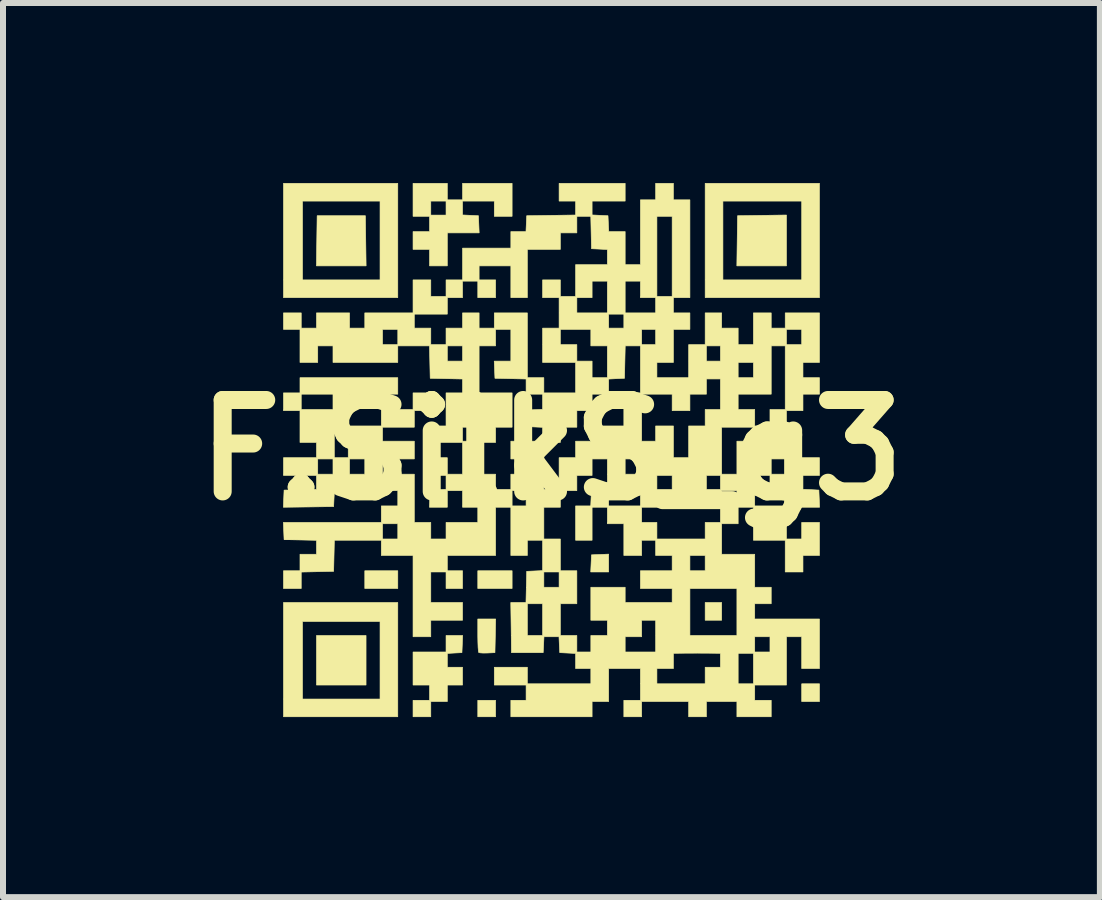
<source format=kicad_pcb>
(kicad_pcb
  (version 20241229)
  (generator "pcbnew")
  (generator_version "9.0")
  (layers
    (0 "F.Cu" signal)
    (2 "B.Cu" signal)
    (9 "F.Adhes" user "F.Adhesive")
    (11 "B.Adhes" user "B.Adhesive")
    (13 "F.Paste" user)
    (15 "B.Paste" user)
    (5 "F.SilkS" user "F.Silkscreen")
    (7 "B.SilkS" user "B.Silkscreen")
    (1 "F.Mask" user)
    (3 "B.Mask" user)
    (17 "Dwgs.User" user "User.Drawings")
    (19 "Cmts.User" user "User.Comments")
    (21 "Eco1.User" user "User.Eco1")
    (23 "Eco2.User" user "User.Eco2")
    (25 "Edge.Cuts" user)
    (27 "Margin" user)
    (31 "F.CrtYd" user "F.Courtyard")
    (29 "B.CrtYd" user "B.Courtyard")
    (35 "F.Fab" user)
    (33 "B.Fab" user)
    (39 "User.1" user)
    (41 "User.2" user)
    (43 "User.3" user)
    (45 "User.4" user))
  (footprint "F.SilkS_g3"
    (layer "F.Cu")
    (at 6.14 4.45)
    (property "Reference" "F.SilkS_g3" (at 0 0 0) (layer "F.SilkS") (effects (font (size 1.524 1.524) (thickness 0.3))))
    (attr through_hole)
    (fp_poly (pts (xy -3.09 3.916) (xy -3.916 3.916) (xy -3.916 3.09) (xy -3.09 3.09) (xy -3.09 3.916)) (stroke (width 0.01) (type solid)) (fill yes) (layer "F.SilkS"))
    (fp_poly (pts (xy -2.561 2.307) (xy -3.111 2.307) (xy -3.111 2.011) (xy -2.561 2.011) (xy -2.561 2.307)) (stroke (width 0.01) (type solid)) (fill yes) (layer "F.SilkS"))
    (fp_poly (pts (xy -0.931 4.445) (xy -1.228 4.445) (xy -1.228 4.17) (xy -0.931 4.17) (xy -0.931 4.445)) (stroke (width 0.01) (type solid)) (fill yes) (layer "F.SilkS"))
    (fp_poly (pts (xy -0.656 2.307) (xy -1.228 2.307) (xy -1.228 2.011) (xy -0.656 2.011) (xy -0.656 2.307)) (stroke (width 0.01) (type solid)) (fill yes) (layer "F.SilkS"))
    (fp_poly (pts (xy 0.953 2.032) (xy 0.654 2.032) (xy 0.667 1.746) (xy 0.953 1.734) (xy 0.953 2.032)) (stroke (width 0.01) (type solid)) (fill yes) (layer "F.SilkS"))
    (fp_poly (pts (xy 2.836 2.836) (xy 2.561 2.836) (xy 2.561 2.54) (xy 2.836 2.54) (xy 2.836 2.836)) (stroke (width 0.01) (type solid)) (fill yes) (layer "F.SilkS"))
    (fp_poly (pts (xy 4.466 4.191) (xy 4.17 4.191) (xy 4.17 3.895) (xy 4.466 3.895) (xy 4.466 4.191)) (stroke (width 0.01) (type solid)) (fill yes) (layer "F.SilkS"))
    (fp_poly (pts (xy 3.916 -3.069) (xy 3.089 -3.069) (xy 3.095 -3.487) (xy 3.101 -3.905) (xy 3.916 -3.917) (xy 3.916 -3.069)) (stroke (width 0.01) (type solid)) (fill yes) (layer "F.SilkS"))
    (fp_poly (pts (xy -3.095 -3.487) (xy -3.089 -3.069) (xy -3.917 -3.069) (xy -3.911 -3.487) (xy -3.905 -3.905) (xy -3.101 -3.905) (xy -3.095 -3.487)) (stroke (width 0.01) (type solid)) (fill yes) (layer "F.SilkS"))
    (fp_poly (pts (xy -2.561 -2.54) (xy -4.466 -2.54) (xy -4.466 -4.149) (xy -4.149 -4.149) (xy -4.149 -2.836) (xy -2.857 -2.836) (xy -2.857 -4.149) (xy -4.149 -4.149) (xy -4.466 -4.149) (xy -4.466 -4.445) (xy -2.561 -4.445) (xy -2.561 -2.54)) (stroke (width 0.01) (type solid)) (fill yes) (layer "F.SilkS"))
    (fp_poly (pts (xy -2.561 4.445) (xy -4.466 4.445) (xy -4.466 2.857) (xy -4.149 2.857) (xy -4.149 4.149) (xy -2.857 4.149) (xy -2.857 2.857) (xy -4.149 2.857) (xy -4.466 2.857) (xy -4.466 2.54) (xy -2.561 2.54) (xy -2.561 4.445)) (stroke (width 0.01) (type solid)) (fill yes) (layer "F.SilkS"))
    (fp_poly (pts (xy 4.466 -2.54) (xy 2.561 -2.54) (xy 2.561 -4.149) (xy 2.857 -4.149) (xy 2.857 -2.836) (xy 4.17 -2.836) (xy 4.17 -4.149) (xy 2.857 -4.149) (xy 2.561 -4.149) (xy 2.561 -4.445) (xy 4.466 -4.445) (xy 4.466 -2.54)) (stroke (width 0.01) (type solid)) (fill yes) (layer "F.SilkS"))
    (fp_poly (pts (xy -0.942 3.376) (xy -1.07 3.382) (xy -1.14 3.383) (xy -1.192 3.379) (xy -1.213 3.373) (xy -1.218 3.348) (xy -1.223 3.288) (xy -1.226 3.203) (xy -1.228 3.102) (xy -1.228 3.087) (xy -1.228 2.815) (xy -0.93 2.815) (xy -0.942 3.376)) (stroke (width 0.01) (type solid)) (fill yes) (layer "F.SilkS"))
    (fp_poly (pts (xy -1.486 3.233) (xy -1.492 3.376) (xy -1.614 3.382) (xy -1.736 3.389) (xy -1.736 3.619) (xy -1.482 3.619) (xy -1.482 3.916) (xy -1.736 3.916) (xy -1.736 4.191) (xy -2.011 4.191) (xy -2.011 4.445) (xy -2.307 4.445) (xy -2.307 4.17) (xy -2.032 4.17) (xy -2.032 3.916) (xy -2.307 3.916) (xy -2.307 3.365) (xy -1.757 3.365) (xy -1.757 3.09) (xy -1.48 3.09) (xy -1.486 3.233)) (stroke (width 0.01) (type solid)) (fill yes) (layer "F.SilkS"))
    (fp_poly (pts (xy -1.736 -4.17) (xy -1.482 -4.17) (xy -1.482 -4.445) (xy -0.656 -4.445) (xy -0.656 -3.895) (xy -0.953 -3.895) (xy -0.953 -4.149) (xy -1.482 -4.149) (xy -1.482 -3.918) (xy -1.217 -3.905) (xy -1.211 -3.762) (xy -1.205 -3.619) (xy -1.736 -3.619) (xy -1.736 -3.069) (xy -2.032 -3.069) (xy -2.032 -3.344) (xy -2.307 -3.344) (xy -2.307 -3.641) (xy -2.032 -3.641) (xy -2.032 -3.895) (xy -2.307 -3.895) (xy -2.307 -4.149) (xy -2.011 -4.149) (xy -2.011 -3.916) (xy -1.757 -3.916) (xy -1.757 -4.149) (xy -2.011 -4.149) (xy -2.307 -4.149) (xy -2.307 -4.445) (xy -1.736 -4.445) (xy -1.736 -4.17)) (stroke (width 0.01) (type solid)) (fill yes) (layer "F.SilkS"))
    (fp_poly (pts (xy 1.228 -4.149) (xy 0.677 -4.149) (xy 0.677 -3.918) (xy 0.942 -3.905) (xy 0.948 -3.773) (xy 0.955 -3.641) (xy 1.228 -3.641) (xy 1.228 -3.09) (xy 1.482 -3.09) (xy 1.482 -3.895) (xy 1.757 -3.895) (xy 1.757 -2.561) (xy 2.011 -2.561) (xy 2.011 -3.895) (xy 1.757 -3.895) (xy 1.482 -3.895) (xy 1.482 -4.17) (xy 1.736 -4.17) (xy 1.736 -4.445) (xy 2.032 -4.445) (xy 2.032 -4.17) (xy 2.307 -4.17) (xy 2.307 -2.54) (xy 2.032 -2.54) (xy 2.032 -2.286) (xy 2.307 -2.286) (xy 2.307 -2.011) (xy 2.032 -2.011) (xy 2.032 -1.46) (xy 1.757 -1.46) (xy 1.757 -1.206) (xy 2.286 -1.206) (xy 2.286 -1.46) (xy 3.111 -1.46) (xy 3.111 -1.206) (xy 3.365 -1.206) (xy 3.365 -1.46) (xy 3.111 -1.46) (xy 2.286 -1.46) (xy 2.286 -1.736) (xy 2.582 -1.736) (xy 2.582 -1.482) (xy 2.815 -1.482) (xy 2.815 -1.736) (xy 2.582 -1.736) (xy 2.286 -1.736) (xy 2.286 -1.757) (xy 2.561 -1.757) (xy 2.561 -2.286) (xy 2.836 -2.286) (xy 2.836 -2.032) (xy 3.111 -2.032) (xy 3.111 -1.757) (xy 3.365 -1.757) (xy 3.365 -2.011) (xy 3.916 -2.011) (xy 3.916 -1.757) (xy 4.17 -1.757) (xy 4.17 -2.011) (xy 3.916 -2.011) (xy 3.365 -2.011) (xy 3.365 -2.286) (xy 3.662 -2.286) (xy 3.662 -2.032) (xy 3.895 -2.032) (xy 3.895 -2.286) (xy 4.466 -2.286) (xy 4.466 -1.46) (xy 4.191 -1.46) (xy 4.191 -1.206) (xy 4.466 -1.206) (xy 4.466 -0.931) (xy 4.191 -0.931) (xy 4.191 -0.656) (xy 3.916 -0.656) (xy 3.916 0.127) (xy 4.466 0.127) (xy 4.466 0.423) (xy 4.191 0.423) (xy 4.191 0.654) (xy 4.323 0.66) (xy 4.456 0.667) (xy 4.468 0.953) (xy 3.916 0.953) (xy 3.916 1.482) (xy 4.17 1.482) (xy 4.17 1.206) (xy 4.466 1.206) (xy 4.466 1.757) (xy 4.191 1.757) (xy 4.191 2.032) (xy 3.895 2.032) (xy 3.895 1.503) (xy 3.365 1.503) (xy 3.365 0.953) (xy 3.111 0.953) (xy 3.111 1.228) (xy 2.836 1.228) (xy 2.836 1.736) (xy 3.387 1.736) (xy 3.387 2.286) (xy 3.662 2.286) (xy 3.662 2.561) (xy 3.387 2.561) (xy 3.387 2.815) (xy 4.466 2.815) (xy 4.466 3.641) (xy 4.17 3.641) (xy 4.17 3.111) (xy 3.916 3.111) (xy 3.916 3.916) (xy 3.387 3.916) (xy 3.387 4.17) (xy 3.662 4.17) (xy 3.662 4.445) (xy 3.09 4.445) (xy 3.09 4.191) (xy 2.582 4.191) (xy 2.582 4.445) (xy 2.286 4.445) (xy 2.286 4.191) (xy 1.503 4.191) (xy 1.503 4.445) (xy 1.206 4.445) (xy 1.206 4.17) (xy 1.482 4.17) (xy 1.482 3.641) (xy 1.757 3.641) (xy 1.757 3.895) (xy 2.561 3.895) (xy 2.561 3.619) (xy 2.815 3.619) (xy 2.815 3.387) (xy 3.111 3.387) (xy 3.111 3.895) (xy 3.365 3.895) (xy 3.365 3.387) (xy 3.111 3.387) (xy 2.815 3.387) (xy 2.699 3.386) (xy 2.613 3.385) (xy 2.511 3.385) (xy 2.434 3.384) (xy 2.334 3.385) (xy 2.227 3.385) (xy 2.159 3.386) (xy 2.032 3.387) (xy 2.032 3.641) (xy 1.757 3.641) (xy 1.482 3.641) (xy 0.953 3.641) (xy 0.953 4.191) (xy 0.677 4.191) (xy 0.677 4.445) (xy -0.677 4.445) (xy -0.677 4.17) (xy -0.423 4.17) (xy -0.423 3.916) (xy -0.953 3.916) (xy -0.953 3.619) (xy -0.402 3.619) (xy -0.402 3.895) (xy 0.656 3.895) (xy 0.656 3.641) (xy 0.402 3.641) (xy 0.402 3.389) (xy 0.138 3.376) (xy 0.131 3.244) (xy 0.125 3.111) (xy -0.125 3.111) (xy -0.131 3.244) (xy -0.138 3.376) (xy -0.667 3.376) (xy -0.672 2.958) (xy -0.678 2.561) (xy -0.402 2.561) (xy -0.402 3.09) (xy -0.148 3.09) (xy -0.148 2.561) (xy -0.402 2.561) (xy -0.678 2.561) (xy -0.678 2.54) (xy -0.425 2.54) (xy -0.419 2.281) (xy -0.413 2.032) (xy -0.127 2.032) (xy -0.127 2.286) (xy 0.127 2.286) (xy 0.127 2.032) (xy -0.127 2.032) (xy -0.413 2.032) (xy -0.413 2.021) (xy -0.28 2.015) (xy -0.148 2.009) (xy -0.148 1.503) (xy -0.402 1.503) (xy -0.402 1.757) (xy -0.677 1.757) (xy -0.677 0.953) (xy -0.127 0.953) (xy -0.127 1.482) (xy 0.148 1.482) (xy 0.148 2.011) (xy 0.423 2.011) (xy 0.423 2.561) (xy 0.148 2.561) (xy 0.148 3.09) (xy 0.423 3.09) (xy 0.423 3.365) (xy 0.656 3.365) (xy 0.656 3.111) (xy 1.228 3.111) (xy 1.228 3.365) (xy 1.736 3.365) (xy 1.736 3.111) (xy 3.387 3.111) (xy 3.387 3.365) (xy 3.641 3.365) (xy 3.641 3.111) (xy 3.387 3.111) (xy 1.736 3.111) (xy 1.736 2.836) (xy 1.503 2.836) (xy 1.503 3.111) (xy 1.228 3.111) (xy 0.656 3.111) (xy 0.656 3.09) (xy 0.931 3.09) (xy 0.931 2.836) (xy 0.656 2.836) (xy 0.656 2.286) (xy 1.228 2.286) (xy 1.228 2.54) (xy 2.011 2.54) (xy 2.011 2.307) (xy 2.307 2.307) (xy 2.307 3.09) (xy 3.09 3.09) (xy 3.09 2.307) (xy 2.307 2.307) (xy 2.011 2.307) (xy 1.482 2.307) (xy 1.482 2.011) (xy 2.011 2.011) (xy 2.011 1.757) (xy 2.307 1.757) (xy 2.307 2.011) (xy 2.561 2.011) (xy 2.561 1.757) (xy 2.307 1.757) (xy 2.011 1.757) (xy 1.736 1.757) (xy 1.736 1.503) (xy 1.503 1.503) (xy 1.503 1.757) (xy 1.206 1.757) (xy 1.206 1.228) (xy 0.931 1.228) (xy 0.931 0.953) (xy 1.503 0.953) (xy 1.503 1.206) (xy 1.757 1.206) (xy 1.757 1.482) (xy 2.561 1.482) (xy 2.561 1.206) (xy 2.815 1.206) (xy 2.815 0.953) (xy 1.503 0.953) (xy 0.931 0.953) (xy 0.677 0.953) (xy 0.677 1.503) (xy 0.402 1.503) (xy 0.402 0.931) (xy 0.654 0.931) (xy 0.66 0.799) (xy 0.666 0.677) (xy 0.953 0.677) (xy 0.953 0.931) (xy 1.482 0.931) (xy 1.482 0.677) (xy 2.836 0.677) (xy 2.836 0.931) (xy 3.09 0.931) (xy 3.09 0.677) (xy 2.836 0.677) (xy 1.482 0.677) (xy 0.953 0.677) (xy 0.666 0.677) (xy 0.667 0.667) (xy 0.799 0.66) (xy 0.931 0.654) (xy 0.931 0.423) (xy 1.757 0.423) (xy 1.757 0.656) (xy 2.011 0.656) (xy 2.011 0.423) (xy 2.582 0.423) (xy 2.582 0.656) (xy 2.815 0.656) (xy 2.815 0.423) (xy 3.387 0.423) (xy 3.387 0.931) (xy 3.895 0.931) (xy 3.895 0.677) (xy 3.641 0.677) (xy 3.641 0.423) (xy 3.387 0.423) (xy 2.815 0.423) (xy 2.582 0.423) (xy 2.011 0.423) (xy 1.757 0.423) (xy 0.931 0.423) (xy 0.931 0.148) (xy 1.228 0.148) (xy 1.228 0.402) (xy 1.482 0.402) (xy 1.482 0.148) (xy 1.228 0.148) (xy 0.931 0.148) (xy 0.677 0.148) (xy 0.677 0.423) (xy 0.423 0.423) (xy 0.423 0.677) (xy 0.148 0.677) (xy 0.148 0.953) (xy -0.127 0.953) (xy -0.677 0.953) (xy -0.931 0.953) (xy -0.931 1.757) (xy -1.736 1.757) (xy -1.736 2.011) (xy -1.482 2.011) (xy -1.482 2.307) (xy -1.757 2.307) (xy -1.757 2.032) (xy -2.011 2.032) (xy -2.011 2.54) (xy -1.482 2.54) (xy -1.482 2.836) (xy -2.011 2.836) (xy -2.011 3.111) (xy -2.307 3.111) (xy -2.307 1.757) (xy -2.836 1.757) (xy -2.836 1.503) (xy -3.618 1.503) (xy -3.63 2.021) (xy -4.17 2.033) (xy -4.17 2.307) (xy -4.466 2.307) (xy -4.466 2.011) (xy -4.191 2.011) (xy -4.191 1.736) (xy -3.916 1.736) (xy -3.916 1.504) (xy -4.456 1.492) (xy -4.467 1.228) (xy -2.815 1.228) (xy -2.815 1.482) (xy -2.561 1.482) (xy -2.561 1.228) (xy -2.815 1.228) (xy -4.467 1.228) (xy -4.468 1.206) (xy -2.836 1.206) (xy -2.836 0.931) (xy -2.561 0.931) (xy -2.561 0.677) (xy -3.617 0.677) (xy -3.624 0.81) (xy -3.63 0.942) (xy -4.049 0.948) (xy -4.468 0.953) (xy -4.462 0.81) (xy -4.456 0.667) (xy -4.186 0.661) (xy -3.916 0.655) (xy -3.916 0.539) (xy -3.916 0.423) (xy -4.466 0.423) (xy -4.466 0.148) (xy -3.895 0.148) (xy -3.895 0.402) (xy -3.641 0.402) (xy -3.641 0.148) (xy -3.365 0.148) (xy -3.365 0.402) (xy -3.111 0.402) (xy -3.111 0.148) (xy -3.365 0.148) (xy -3.641 0.148) (xy -3.895 0.148) (xy -4.466 0.148) (xy -4.466 0.127) (xy -3.916 0.127) (xy -3.916 -0.127) (xy -4.191 -0.127) (xy -4.191 -0.656) (xy -4.466 -0.656) (xy -4.466 -0.931) (xy -4.17 -0.931) (xy -4.17 -0.677) (xy -3.641 -0.677) (xy -3.641 -0.931) (xy -4.17 -0.931) (xy -4.466 -0.931) (xy -4.466 -0.953) (xy -4.191 -0.953) (xy -4.191 -1.206) (xy -2.561 -1.206) (xy -2.561 -0.931) (xy -3.365 -0.931) (xy -3.365 -0.656) (xy -3.619 -0.656) (xy -3.619 0.127) (xy -3.387 0.127) (xy -3.387 -0.402) (xy -2.836 -0.402) (xy -2.836 -0.677) (xy -2.307 -0.677) (xy -2.307 -0.953) (xy -2.011 -0.953) (xy -2.011 -0.656) (xy -2.286 -0.656) (xy -2.286 -0.381) (xy -2.815 -0.381) (xy -2.815 -0.148) (xy -2.286 -0.148) (xy -2.286 0.148) (xy -2.815 0.148) (xy -2.815 0.402) (xy -2.286 0.402) (xy -2.286 1.206) (xy -2.011 1.206) (xy -2.011 1.482) (xy -1.757 1.482) (xy -1.757 1.206) (xy -1.228 1.206) (xy -1.228 0.953) (xy -1.482 0.953) (xy -1.482 0.677) (xy -0.656 0.677) (xy -0.656 0.931) (xy -0.423 0.931) (xy -0.423 0.677) (xy -0.656 0.677) (xy -1.482 0.677) (xy -1.736 0.677) (xy -1.736 0.953) (xy -2.034 0.953) (xy -2.028 0.81) (xy -2.021 0.667) (xy -1.757 0.654) (xy -1.757 0.423) (xy -2.032 0.423) (xy -2.032 0.127) (xy -1.736 0.127) (xy -1.736 0.402) (xy -1.482 0.402) (xy -1.482 -0.127) (xy -2.032 -0.127) (xy -2.032 -0.381) (xy -1.482 -0.381) (xy -1.482 -0.148) (xy -1.228 -0.148) (xy -1.228 -0.381) (xy -1.482 -0.381) (xy -2.032 -0.381) (xy -2.032 -0.402) (xy -1.757 -0.402) (xy -1.757 -0.953) (xy -1.482 -0.953) (xy -1.482 -1.184) (xy -2.021 -1.196) (xy -2.033 -1.736) (xy -1.736 -1.736) (xy -1.736 -1.482) (xy -1.482 -1.482) (xy -1.482 -1.736) (xy -1.206 -1.736) (xy -1.206 -0.953) (xy -0.656 -0.953) (xy -0.656 -0.381) (xy -0.931 -0.381) (xy -0.931 -0.127) (xy -1.206 -0.127) (xy -1.206 0.402) (xy -0.931 0.402) (xy -0.931 0.656) (xy -0.677 0.656) (xy -0.677 0.402) (xy -0.423 0.402) (xy -0.423 0.148) (xy -0.677 0.148) (xy -0.677 -0.127) (xy -0.127 -0.127) (xy -0.127 0.656) (xy 0.127 0.656) (xy 0.127 0.127) (xy 0.402 0.127) (xy 0.402 -0.148) (xy 0.656 -0.148) (xy 0.656 -0.402) (xy 1.206 -0.402) (xy 1.206 -0.931) (xy 1.503 -0.931) (xy 1.503 -0.148) (xy 1.736 -0.148) (xy 1.736 -0.402) (xy 2.032 -0.402) (xy 2.032 0.127) (xy 2.286 0.127) (xy 2.286 -0.381) (xy 2.836 -0.381) (xy 2.836 0.402) (xy 3.09 0.402) (xy 3.09 0.148) (xy 3.662 0.148) (xy 3.662 0.402) (xy 3.895 0.402) (xy 3.895 0.148) (xy 3.662 0.148) (xy 3.09 0.148) (xy 3.09 -0.148) (xy 3.365 -0.148) (xy 3.365 -0.381) (xy 2.836 -0.381) (xy 2.286 -0.381) (xy 2.286 -0.402) (xy 2.561 -0.402) (xy 2.561 -0.677) (xy 2.815 -0.677) (xy 2.815 -0.931) (xy 3.111 -0.931) (xy 3.111 -0.677) (xy 3.387 -0.677) (xy 3.387 -0.402) (xy 3.641 -0.402) (xy 3.641 -0.677) (xy 3.895 -0.677) (xy 3.895 -1.736) (xy 3.662 -1.736) (xy 3.662 -0.931) (xy 3.111 -0.931) (xy 2.815 -0.931) (xy 2.815 -1.185) (xy 2.582 -1.185) (xy 2.582 -0.931) (xy 2.307 -0.931) (xy 2.307 -0.656) (xy 2.011 -0.656) (xy 2.011 -0.931) (xy 1.503 -0.931) (xy 1.206 -0.931) (xy 1.206 -0.953) (xy 1.482 -0.953) (xy 1.482 -1.736) (xy 1.229 -1.736) (xy 1.217 -1.196) (xy 1.085 -1.19) (xy 0.953 -1.183) (xy 0.953 -0.931) (xy 0.677 -0.931) (xy 0.677 -0.656) (xy 0.423 -0.656) (xy 0.423 -0.381) (xy 0.148 -0.381) (xy 0.148 -0.127) (xy -0.127 -0.127) (xy -0.677 -0.127) (xy -0.677 -0.148) (xy -0.148 -0.148) (xy -0.148 -0.379) (xy -0.28 -0.385) (xy -0.413 -0.392) (xy -0.413 -0.667) (xy -0.28 -0.673) (xy -0.148 -0.679) (xy -0.148 -0.931) (xy -0.423 -0.931) (xy -0.423 -1.184) (xy -0.942 -1.196) (xy -0.948 -1.339) (xy -0.954 -1.482) (xy -0.677 -1.482) (xy -0.677 -2.011) (xy -0.931 -2.011) (xy -0.931 -1.736) (xy -1.206 -1.736) (xy -1.482 -1.736) (xy -1.736 -1.736) (xy -2.033 -1.736) (xy -2.561 -1.736) (xy -2.561 -1.46) (xy -3.641 -1.46) (xy -3.641 -1.736) (xy -3.895 -1.736) (xy -3.895 -1.46) (xy -4.191 -1.46) (xy -4.191 -2.011) (xy -2.815 -2.011) (xy -2.815 -1.757) (xy -2.561 -1.757) (xy -2.561 -2.011) (xy -2.815 -2.011) (xy -4.191 -2.011) (xy -4.466 -2.011) (xy -4.466 -2.286) (xy -4.17 -2.286) (xy -4.17 -2.032) (xy -3.916 -2.032) (xy -3.916 -2.286) (xy -3.365 -2.286) (xy -3.365 -2.032) (xy -3.111 -2.032) (xy -3.111 -2.265) (xy -2.286 -2.265) (xy -2.286 -2.032) (xy -2.011 -2.032) (xy -2.011 -1.757) (xy -1.757 -1.757) (xy -1.757 -2.032) (xy -1.482 -2.032) (xy -1.482 -2.286) (xy -1.206 -2.286) (xy -1.206 -2.032) (xy -0.953 -2.032) (xy -0.953 -2.286) (xy -0.402 -2.286) (xy -0.402 -1.206) (xy -0.127 -1.206) (xy -0.127 -0.953) (xy 0.402 -0.953) (xy 0.402 -1.46) (xy -0.148 -1.46) (xy -0.148 -2.011) (xy 0.148 -2.011) (xy 0.148 -1.757) (xy 0.423 -1.757) (xy 0.423 -1.482) (xy 0.677 -1.482) (xy 0.677 -1.206) (xy 0.931 -1.206) (xy 0.931 -1.736) (xy 0.656 -1.736) (xy 0.656 -2.011) (xy 1.503 -2.011) (xy 1.503 -1.757) (xy 1.736 -1.757) (xy 1.736 -2.011) (xy 1.503 -2.011) (xy 0.656 -2.011) (xy 0.148 -2.011) (xy -0.148 -2.011) (xy -0.148 -2.032) (xy 0.127 -2.032) (xy 0.127 -2.265) (xy 0.953 -2.265) (xy 0.953 -2.032) (xy 1.206 -2.032) (xy 1.206 -2.265) (xy 0.953 -2.265) (xy 0.127 -2.265) (xy 0.127 -2.54) (xy 0.423 -2.54) (xy 0.423 -2.286) (xy 0.931 -2.286) (xy 0.931 -2.815) (xy 1.228 -2.815) (xy 1.228 -2.286) (xy 1.736 -2.286) (xy 1.736 -2.54) (xy 1.482 -2.54) (xy 1.482 -2.815) (xy 1.228 -2.815) (xy 0.931 -2.815) (xy 0.677 -2.815) (xy 0.677 -2.54) (xy 0.423 -2.54) (xy 0.127 -2.54) (xy -0.148 -2.54) (xy -0.148 -2.836) (xy 0.148 -2.836) (xy 0.148 -2.561) (xy 0.402 -2.561) (xy 0.402 -3.09) (xy 0.931 -3.09) (xy 0.931 -3.342) (xy 0.799 -3.349) (xy 0.667 -3.355) (xy 0.655 -3.895) (xy 0.423 -3.895) (xy 0.423 -3.619) (xy 0.148 -3.619) (xy 0.148 -3.344) (xy -0.402 -3.344) (xy -0.402 -2.54) (xy -0.677 -2.54) (xy -0.677 -3.069) (xy -1.206 -3.069) (xy -1.206 -2.836) (xy -0.931 -2.836) (xy -0.931 -2.54) (xy -1.228 -2.54) (xy -1.228 -2.815) (xy -1.482 -2.815) (xy -1.482 -2.54) (xy -1.736 -2.54) (xy -1.736 -2.265) (xy -2.286 -2.265) (xy -3.111 -2.265) (xy -3.111 -2.286) (xy -2.307 -2.286) (xy -2.307 -2.836) (xy -2.011 -2.836) (xy -2.011 -2.561) (xy -1.757 -2.561) (xy -1.757 -2.836) (xy -1.482 -2.836) (xy -1.482 -3.365) (xy -0.677 -3.365) (xy -0.677 -3.641) (xy -0.425 -3.641) (xy -0.419 -3.773) (xy -0.413 -3.905) (xy -0.005 -3.911) (xy 0.402 -3.917) (xy 0.402 -4.149) (xy 0.127 -4.149) (xy 0.127 -4.445) (xy 1.228 -4.445) (xy 1.228 -4.149)) (stroke (width 0.01) (type solid)) (fill yes) (layer "F.SilkS")))
  (gr_rect
    (start -3 -3)
    (end 15.279 11.9)
    (stroke (width 0.1) (type default))
    (fill no)
    (layer "Edge.Cuts")))
</source>
